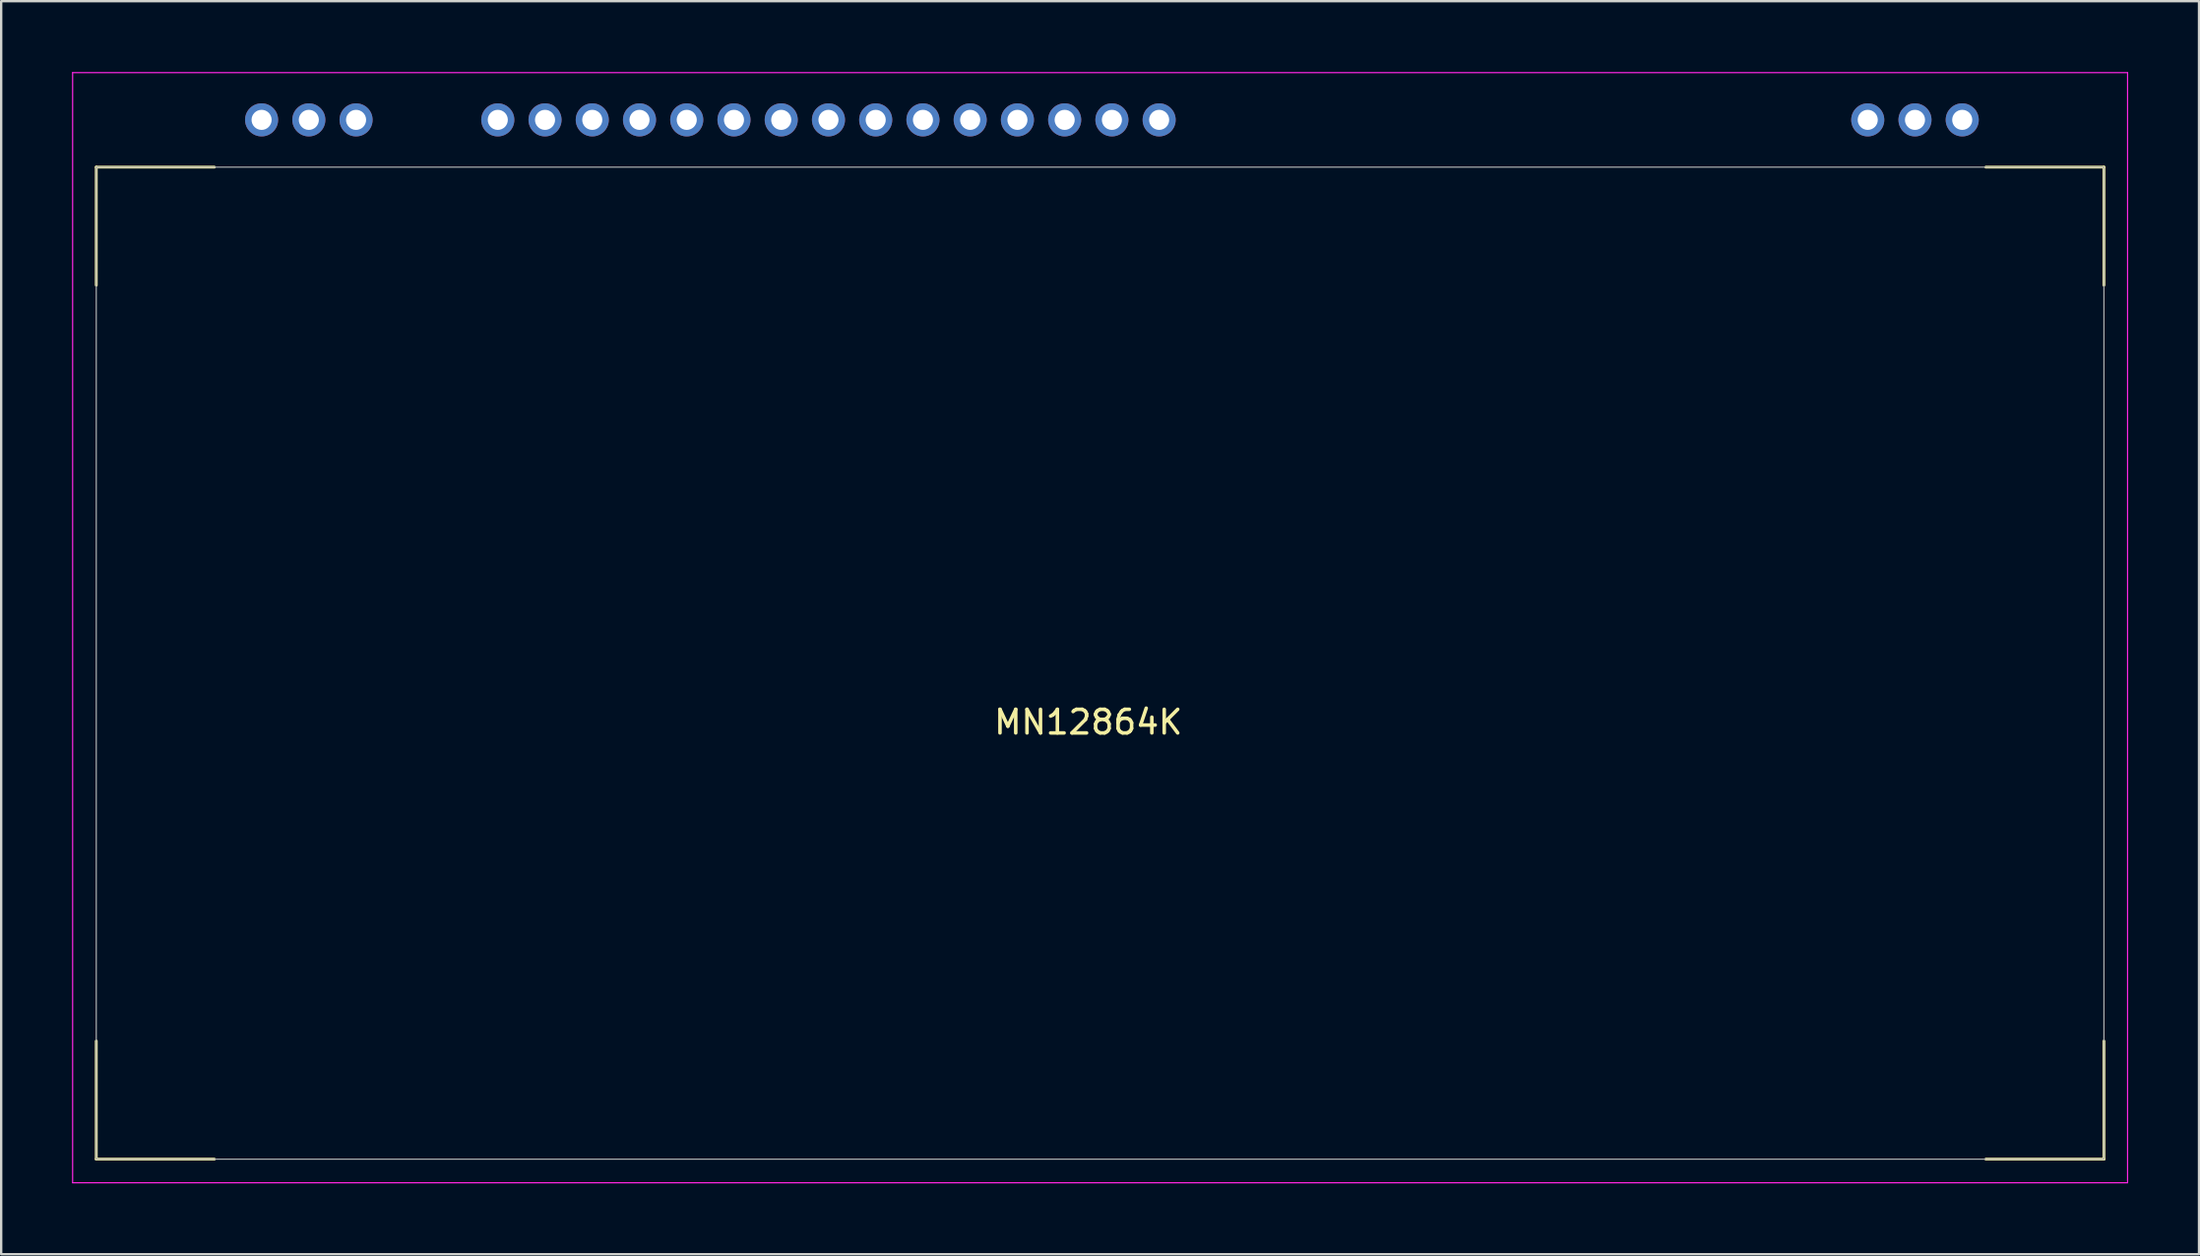
<source format=kicad_pcb>
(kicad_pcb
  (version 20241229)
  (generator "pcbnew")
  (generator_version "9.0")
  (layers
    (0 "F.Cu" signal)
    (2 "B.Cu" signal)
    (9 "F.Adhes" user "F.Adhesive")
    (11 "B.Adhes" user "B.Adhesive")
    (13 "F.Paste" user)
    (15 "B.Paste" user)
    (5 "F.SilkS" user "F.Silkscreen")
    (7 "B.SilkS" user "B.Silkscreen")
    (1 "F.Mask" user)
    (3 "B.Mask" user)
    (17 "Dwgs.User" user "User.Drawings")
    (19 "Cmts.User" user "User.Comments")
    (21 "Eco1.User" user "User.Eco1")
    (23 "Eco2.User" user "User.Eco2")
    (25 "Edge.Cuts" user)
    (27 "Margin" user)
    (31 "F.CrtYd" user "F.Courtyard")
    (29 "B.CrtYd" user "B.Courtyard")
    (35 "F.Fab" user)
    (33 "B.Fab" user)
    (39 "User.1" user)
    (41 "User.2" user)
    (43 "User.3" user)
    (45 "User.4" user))
  (footprint "MN12864K"
    (layer "F.Cu")
    (at 8.025 2.025)
    (property "Reference" "MN12864K" (at 35 25.5 0) (layer "F.SilkS") (effects (font (size 1 1) (thickness 0.15))))
    (attr through_hole)
    (fp_line (start -7 2) (end -7 7) (stroke (width 0.12) (type solid)) (layer "F.SilkS"))
    (fp_line (start -7 39) (end -7 44) (stroke (width 0.12) (type solid)) (layer "F.SilkS"))
    (fp_line (start -7 44) (end -2 44) (stroke (width 0.12) (type solid)) (layer "F.SilkS"))
    (fp_line (start -2 2) (end -7 2) (stroke (width 0.12) (type solid)) (layer "F.SilkS"))
    (fp_line (start 73 2) (end 78 2) (stroke (width 0.12) (type solid)) (layer "F.SilkS"))
    (fp_line (start 78 2) (end 78 7) (stroke (width 0.12) (type solid)) (layer "F.SilkS"))
    (fp_line (start 78 39) (end 78 44) (stroke (width 0.12) (type solid)) (layer "F.SilkS"))
    (fp_line (start 78 44) (end 73 44) (stroke (width 0.12) (type solid)) (layer "F.SilkS"))
    (fp_line (start -8 -2) (end 79 -2) (stroke (width 0.05) (type solid)) (layer "F.CrtYd"))
    (fp_line (start -8 45) (end -8 -2) (stroke (width 0.05) (type solid)) (layer "F.CrtYd"))
    (fp_line (start 79 -2) (end 79 45) (stroke (width 0.05) (type solid)) (layer "F.CrtYd"))
    (fp_line (start 79 45) (end -8 45) (stroke (width 0.05) (type solid)) (layer "F.CrtYd"))
    (fp_line (start -7 2) (end 78 2) (stroke (width 0.05) (type solid)) (layer "F.Fab"))
    (fp_line (start -7 44) (end -7 2) (stroke (width 0.05) (type solid)) (layer "F.Fab"))
    (fp_line (start 78 2) (end 78 44) (stroke (width 0.05) (type solid)) (layer "F.Fab"))
    (fp_line (start 78 44) (end -7 44) (stroke (width 0.05) (type solid)) (layer "F.Fab"))
    (pad "1" thru_hole circle (at 0 0) (size 1.4 1.4) (drill 0.85) (layers "*.Cu" "*.Mask"))
    (pad "2" thru_hole circle (at 2 0) (size 1.4 1.4) (drill 0.85) (layers "*.Cu" "*.Mask"))
    (pad "3" thru_hole circle (at 4 0) (size 1.4 1.4) (drill 0.85) (layers "*.Cu" "*.Mask"))
    (pad "6" thru_hole circle (at 10 0) (size 1.4 1.4) (drill 0.85) (layers "*.Cu" "*.Mask"))
    (pad "7" thru_hole circle (at 12 0) (size 1.4 1.4) (drill 0.85) (layers "*.Cu" "*.Mask"))
    (pad "8" thru_hole circle (at 14 0) (size 1.4 1.4) (drill 0.85) (layers "*.Cu" "*.Mask"))
    (pad "9" thru_hole circle (at 16 0) (size 1.4 1.4) (drill 0.85) (layers "*.Cu" "*.Mask"))
    (pad "10" thru_hole circle (at 18 0) (size 1.4 1.4) (drill 0.85) (layers "*.Cu" "*.Mask"))
    (pad "11" thru_hole circle (at 20 0) (size 1.4 1.4) (drill 0.85) (layers "*.Cu" "*.Mask"))
    (pad "12" thru_hole circle (at 22 0) (size 1.4 1.4) (drill 0.85) (layers "*.Cu" "*.Mask"))
    (pad "13" thru_hole circle (at 24 0) (size 1.4 1.4) (drill 0.85) (layers "*.Cu" "*.Mask"))
    (pad "14" thru_hole circle (at 26 0) (size 1.4 1.4) (drill 0.85) (layers "*.Cu" "*.Mask"))
    (pad "15" thru_hole circle (at 28 0) (size 1.4 1.4) (drill 0.85) (layers "*.Cu" "*.Mask"))
    (pad "16" thru_hole circle (at 30 0) (size 1.4 1.4) (drill 0.85) (layers "*.Cu" "*.Mask"))
    (pad "17" thru_hole circle (at 32 0) (size 1.4 1.4) (drill 0.85) (layers "*.Cu" "*.Mask"))
    (pad "18" thru_hole circle (at 34 0) (size 1.4 1.4) (drill 0.85) (layers "*.Cu" "*.Mask"))
    (pad "19" thru_hole circle (at 36 0) (size 1.4 1.4) (drill 0.85) (layers "*.Cu" "*.Mask"))
    (pad "20" thru_hole circle (at 38 0) (size 1.4 1.4) (drill 0.85) (layers "*.Cu" "*.Mask"))
    (pad "35" thru_hole circle (at 68 0) (size 1.4 1.4) (drill 0.85) (layers "*.Cu" "*.Mask"))
    (pad "36" thru_hole circle (at 70 0) (size 1.4 1.4) (drill 0.85) (layers "*.Cu" "*.Mask"))
    (pad "37" thru_hole circle (at 72 0) (size 1.4 1.4) (drill 0.85) (layers "*.Cu" "*.Mask")))
  (gr_rect
    (start -3 -3)
    (end 90.05 50.05)
    (stroke (width 0.1) (type default))
    (fill no)
    (layer "Edge.Cuts")))
</source>
